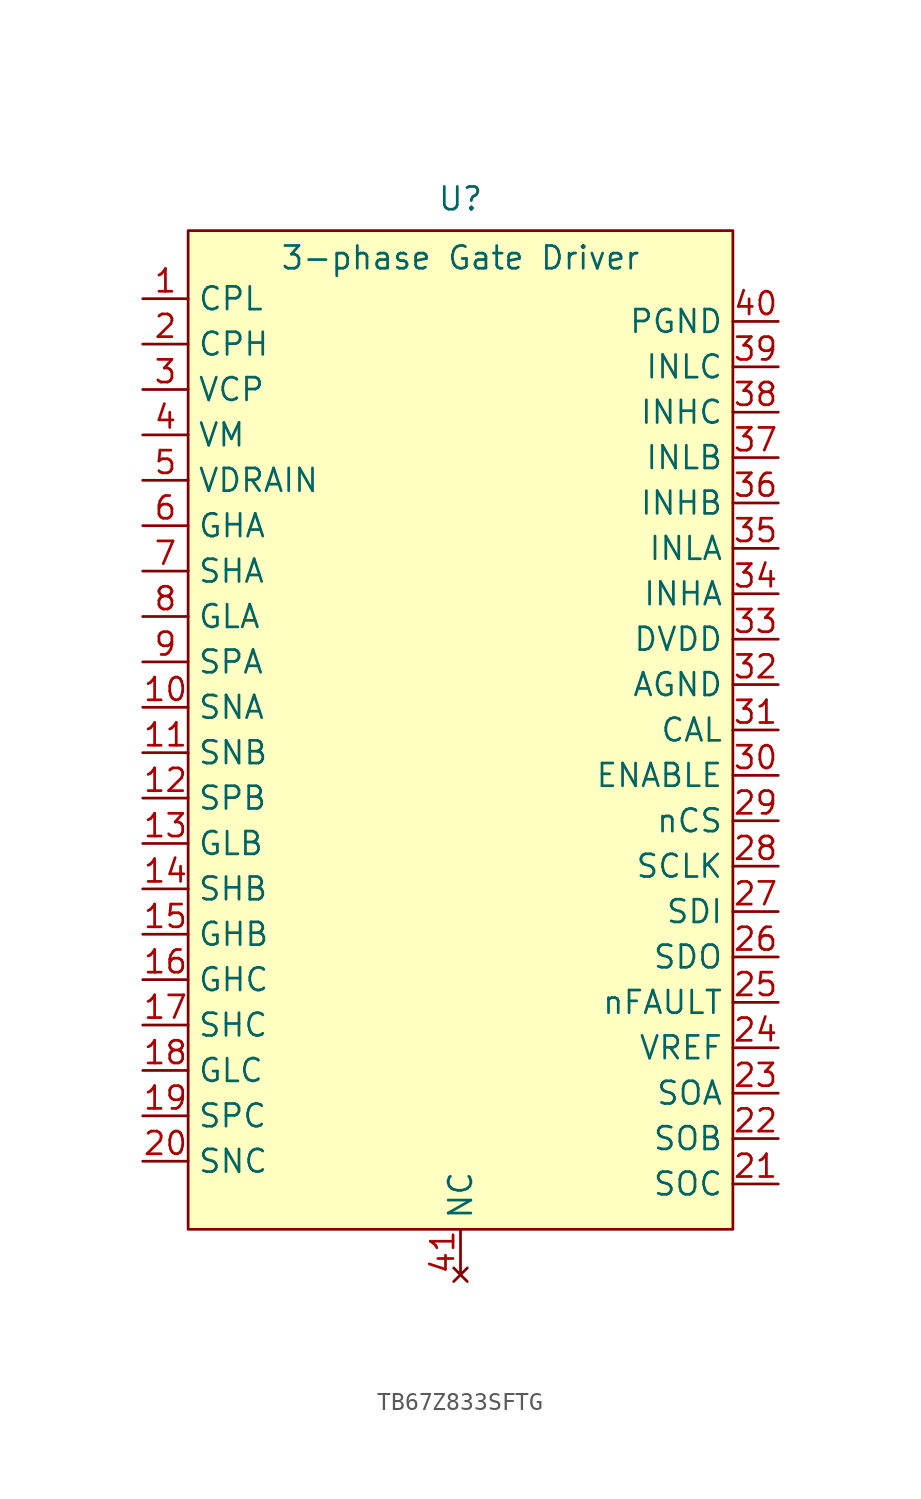
<source format=kicad_sym>
(kicad_symbol_lib
  (version 20241209)
  (generator "kicad_symbol_editor")
  (generator_version "9.0")
  (symbol "TB67Z833SFTG"
    (property "Reference" "U"
      (at 0 28.448 0)
      (effects (font (size 1.27 1.27))))
    (property "Value" "3-phase Gate Driver"
      (at 0 25.146 0)
      (effects (font (size 1.27 1.27))))
    (symbol "TB67Z833SFTG_1_1"
      (rectangle (start -15.24 26.67) (end 15.24 -29.21) (stroke (width 0) (type solid)) (fill (type background)))
      (pin power_out line (at -17.78 22.86 0) (length 2.54) (name "CPL" (effects (font (size 1.27 1.27)))) (number "1" (effects (font (size 1.27 1.27)))))
      (pin power_out line (at -17.78 20.32 0) (length 2.54) (name "CPH" (effects (font (size 1.27 1.27)))) (number "2" (effects (font (size 1.27 1.27)))))
      (pin power_out line (at -17.78 17.78 0) (length 2.54) (name "VCP" (effects (font (size 1.27 1.27)))) (number "3" (effects (font (size 1.27 1.27)))))
      (pin power_in line (at -17.78 15.24 0) (length 2.54) (name "VM" (effects (font (size 1.27 1.27)))) (number "4" (effects (font (size 1.27 1.27)))))
      (pin input line (at -17.78 12.7 0) (length 2.54) (name "VDRAIN" (effects (font (size 1.27 1.27)))) (number "5" (effects (font (size 1.27 1.27)))))
      (pin output line (at -17.78 10.16 0) (length 2.54) (name "GHA" (effects (font (size 1.27 1.27)))) (number "6" (effects (font (size 1.27 1.27)))))
      (pin input line (at -17.78 7.62 0) (length 2.54) (name "SHA" (effects (font (size 1.27 1.27)))) (number "7" (effects (font (size 1.27 1.27)))))
      (pin output line (at -17.78 5.08 0) (length 2.54) (name "GLA" (effects (font (size 1.27 1.27)))) (number "8" (effects (font (size 1.27 1.27)))))
      (pin input line (at -17.78 2.54 0) (length 2.54) (name "SPA" (effects (font (size 1.27 1.27)))) (number "9" (effects (font (size 1.27 1.27)))))
      (pin input line (at -17.78 0 0) (length 2.54) (name "SNA" (effects (font (size 1.27 1.27)))) (number "10" (effects (font (size 1.27 1.27)))))
      (pin input line (at -17.78 -2.54 0) (length 2.54) (name "SNB" (effects (font (size 1.27 1.27)))) (number "11" (effects (font (size 1.27 1.27)))))
      (pin input line (at -17.78 -5.08 0) (length 2.54) (name "SPB" (effects (font (size 1.27 1.27)))) (number "12" (effects (font (size 1.27 1.27)))))
      (pin output line (at -17.78 -7.62 0) (length 2.54) (name "GLB" (effects (font (size 1.27 1.27)))) (number "13" (effects (font (size 1.27 1.27)))))
      (pin input line (at -17.78 -10.16 0) (length 2.54) (name "SHB" (effects (font (size 1.27 1.27)))) (number "14" (effects (font (size 1.27 1.27)))))
      (pin output line (at -17.78 -12.7 0) (length 2.54) (name "GHB" (effects (font (size 1.27 1.27)))) (number "15" (effects (font (size 1.27 1.27)))))
      (pin output line (at -17.78 -15.24 0) (length 2.54) (name "GHC" (effects (font (size 1.27 1.27)))) (number "16" (effects (font (size 1.27 1.27)))))
      (pin input line (at -17.78 -17.78 0) (length 2.54) (name "SHC" (effects (font (size 1.27 1.27)))) (number "17" (effects (font (size 1.27 1.27)))))
      (pin output line (at -17.78 -20.32 0) (length 2.54) (name "GLC" (effects (font (size 1.27 1.27)))) (number "18" (effects (font (size 1.27 1.27)))))
      (pin input line (at -17.78 -22.86 0) (length 2.54) (name "SPC" (effects (font (size 1.27 1.27)))) (number "19" (effects (font (size 1.27 1.27)))))
      (pin input line (at -17.78 -25.4 0) (length 2.54) (name "SNC" (effects (font (size 1.27 1.27)))) (number "20" (effects (font (size 1.27 1.27)))))
      (pin no_connect line (at 0 -31.75 90) (length 2.54) (name "NC" (effects (font (size 1.27 1.27)))) (number "41" (effects (font (size 1.27 1.27)))))
      (pin power_out line (at 17.78 21.59 180) (length 2.54) (name "PGND" (effects (font (size 1.27 1.27)))) (number "40" (effects (font (size 1.27 1.27)))))
      (pin input line (at 17.78 19.05 180) (length 2.54) (name "INLC" (effects (font (size 1.27 1.27)))) (number "39" (effects (font (size 1.27 1.27)))))
      (pin input line (at 17.78 16.51 180) (length 2.54) (name "INHC" (effects (font (size 1.27 1.27)))) (number "38" (effects (font (size 1.27 1.27)))))
      (pin input line (at 17.78 13.97 180) (length 2.54) (name "INLB" (effects (font (size 1.27 1.27)))) (number "37" (effects (font (size 1.27 1.27)))))
      (pin input line (at 17.78 11.43 180) (length 2.54) (name "INHB" (effects (font (size 1.27 1.27)))) (number "36" (effects (font (size 1.27 1.27)))))
      (pin input line (at 17.78 8.89 180) (length 2.54) (name "INLA" (effects (font (size 1.27 1.27)))) (number "35" (effects (font (size 1.27 1.27)))))
      (pin input line (at 17.78 6.35 180) (length 2.54) (name "INHA" (effects (font (size 1.27 1.27)))) (number "34" (effects (font (size 1.27 1.27)))))
      (pin power_out line (at 17.78 3.81 180) (length 2.54) (name "DVDD" (effects (font (size 1.27 1.27)))) (number "33" (effects (font (size 1.27 1.27)))))
      (pin power_out line (at 17.78 1.27 180) (length 2.54) (name "AGND" (effects (font (size 1.27 1.27)))) (number "32" (effects (font (size 1.27 1.27)))))
      (pin input line (at 17.78 -1.27 180) (length 2.54) (name "CAL" (effects (font (size 1.27 1.27)))) (number "31" (effects (font (size 1.27 1.27)))))
      (pin input line (at 17.78 -3.81 180) (length 2.54) (name "ENABLE" (effects (font (size 1.27 1.27)))) (number "30" (effects (font (size 1.27 1.27)))))
      (pin input line (at 17.78 -6.35 180) (length 2.54) (name "nCS" (effects (font (size 1.27 1.27)))) (number "29" (effects (font (size 1.27 1.27)))))
      (pin input line (at 17.78 -8.89 180) (length 2.54) (name "SCLK" (effects (font (size 1.27 1.27)))) (number "28" (effects (font (size 1.27 1.27)))))
      (pin input line (at 17.78 -11.43 180) (length 2.54) (name "SDI" (effects (font (size 1.27 1.27)))) (number "27" (effects (font (size 1.27 1.27)))))
      (pin open_collector line (at 17.78 -13.97 180) (length 2.54) (name "SDO" (effects (font (size 1.27 1.27)))) (number "26" (effects (font (size 1.27 1.27)))))
      (pin open_collector line (at 17.78 -16.51 180) (length 2.54) (name "nFAULT" (effects (font (size 1.27 1.27)))) (number "25" (effects (font (size 1.27 1.27)))))
      (pin power_in line (at 17.78 -19.05 180) (length 2.54) (name "VREF" (effects (font (size 1.27 1.27)))) (number "24" (effects (font (size 1.27 1.27)))))
      (pin output line (at 17.78 -21.59 180) (length 2.54) (name "SOA" (effects (font (size 1.27 1.27)))) (number "23" (effects (font (size 1.27 1.27)))))
      (pin output line (at 17.78 -24.13 180) (length 2.54) (name "SOB" (effects (font (size 1.27 1.27)))) (number "22" (effects (font (size 1.27 1.27)))))
      (pin output line (at 17.78 -26.67 180) (length 2.54) (name "SOC" (effects (font (size 1.27 1.27)))) (number "21" (effects (font (size 1.27 1.27))))))))
</source>
